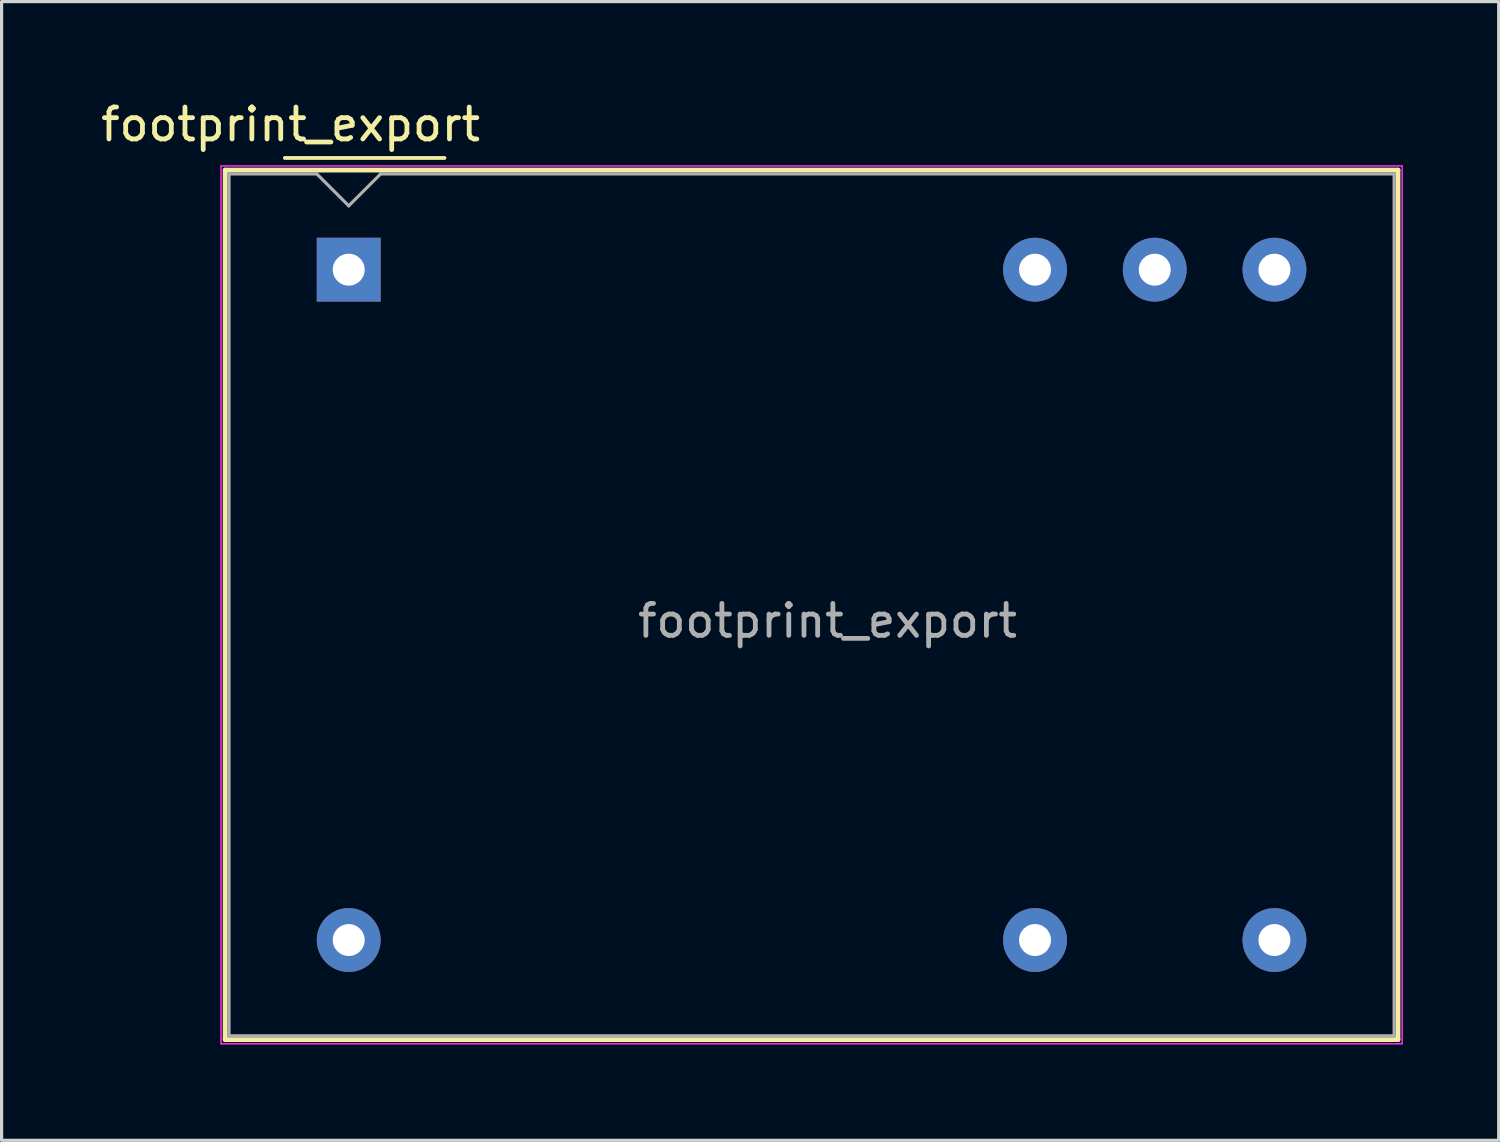
<source format=kicad_pcb>
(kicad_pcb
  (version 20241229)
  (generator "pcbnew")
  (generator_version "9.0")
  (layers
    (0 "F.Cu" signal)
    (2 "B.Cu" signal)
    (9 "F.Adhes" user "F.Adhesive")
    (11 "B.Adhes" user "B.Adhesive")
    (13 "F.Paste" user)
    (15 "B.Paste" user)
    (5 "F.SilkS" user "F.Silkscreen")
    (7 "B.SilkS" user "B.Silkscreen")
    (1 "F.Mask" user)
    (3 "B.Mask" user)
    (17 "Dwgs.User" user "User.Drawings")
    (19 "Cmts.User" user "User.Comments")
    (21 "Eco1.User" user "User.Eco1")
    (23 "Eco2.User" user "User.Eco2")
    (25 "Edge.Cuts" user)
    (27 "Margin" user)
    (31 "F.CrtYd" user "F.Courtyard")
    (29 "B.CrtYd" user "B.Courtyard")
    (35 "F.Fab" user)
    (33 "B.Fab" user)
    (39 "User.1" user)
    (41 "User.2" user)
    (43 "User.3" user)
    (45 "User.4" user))
  (footprint "footprint_export"
    (layer "F.Cu")
    (at 7.874 5.398)
    (property "Reference" "footprint_export" (at -1.82 -4.55 0) (layer "F.SilkS") (effects (font (size 1 1) (thickness 0.15))))
    (attr through_hole)
    (fp_line (start -3.87 -3.12) (end -3.87 24.12) (stroke (width 0.15) (type solid)) (layer "F.SilkS"))
    (fp_line (start -3.87 -3.12) (end 32.87 -3.12) (stroke (width 0.15) (type solid)) (layer "F.SilkS"))
    (fp_line (start -3.87 24.12) (end 32.87 24.12) (stroke (width 0.15) (type solid)) (layer "F.SilkS"))
    (fp_line (start -2 -3.5) (end 3 -3.5) (stroke (width 0.12) (type solid)) (layer "F.SilkS"))
    (fp_line (start 32.87 -3.12) (end 32.87 24.12) (stroke (width 0.15) (type solid)) (layer "F.SilkS"))
    (fp_line (start -4 -3.25) (end -4 24.25) (stroke (width 0.05) (type solid)) (layer "F.CrtYd"))
    (fp_line (start -4 -3.25) (end 33 -3.25) (stroke (width 0.05) (type solid)) (layer "F.CrtYd"))
    (fp_line (start -4 24.25) (end 33 24.25) (stroke (width 0.05) (type solid)) (layer "F.CrtYd"))
    (fp_line (start 33 -3.25) (end 33 24.25) (stroke (width 0.05) (type solid)) (layer "F.CrtYd"))
    (fp_line (start -3.75 -3) (end -3.75 24) (stroke (width 0.1) (type solid)) (layer "F.Fab"))
    (fp_line (start -1 -3) (end -3.75 -3) (stroke (width 0.1) (type solid)) (layer "F.Fab"))
    (fp_line (start -1 -3) (end 0 -2) (stroke (width 0.1) (type solid)) (layer "F.Fab"))
    (fp_line (start 0 -2) (end 1 -3) (stroke (width 0.1) (type solid)) (layer "F.Fab"))
    (fp_line (start 1 -3) (end 32.75 -3) (stroke (width 0.1) (type solid)) (layer "F.Fab"))
    (fp_line (start 32.75 -3) (end 32.75 24) (stroke (width 0.1) (type solid)) (layer "F.Fab"))
    (fp_line (start 32.75 24) (end -3.75 24) (stroke (width 0.1) (type solid)) (layer "F.Fab"))
    (fp_text user "${REFERENCE}" (at 15 11 0) (layer "F.Fab") (effects (font (size 1 1) (thickness 0.15))))
    (pad "1" thru_hole rect (at 0 0) (size 2 2) (drill 1) (layers "*.Cu" "*.Mask"))
    (pad "2" thru_hole circle (at 21.5 0) (size 2 2) (drill 1) (layers "*.Cu" "*.Mask"))
    (pad "3" thru_hole circle (at 25.25 0) (size 2 2) (drill 1) (layers "*.Cu" "*.Mask"))
    (pad "4" thru_hole circle (at 29 0) (size 2 2) (drill 1) (layers "*.Cu" "*.Mask"))
    (pad "5" thru_hole circle (at 29 21) (size 2 2) (drill 1) (layers "*.Cu" "*.Mask"))
    (pad "6" thru_hole circle (at 21.5 21) (size 2 2) (drill 1) (layers "*.Cu" "*.Mask"))
    (pad "7" thru_hole circle (at 0 21) (size 2 2) (drill 1) (layers "*.Cu" "*.Mask")))
  (gr_rect
    (start -3 -3)
    (end 43.899 32.673)
    (stroke (width 0.1) (type default))
    (fill no)
    (layer "Edge.Cuts")))
</source>
